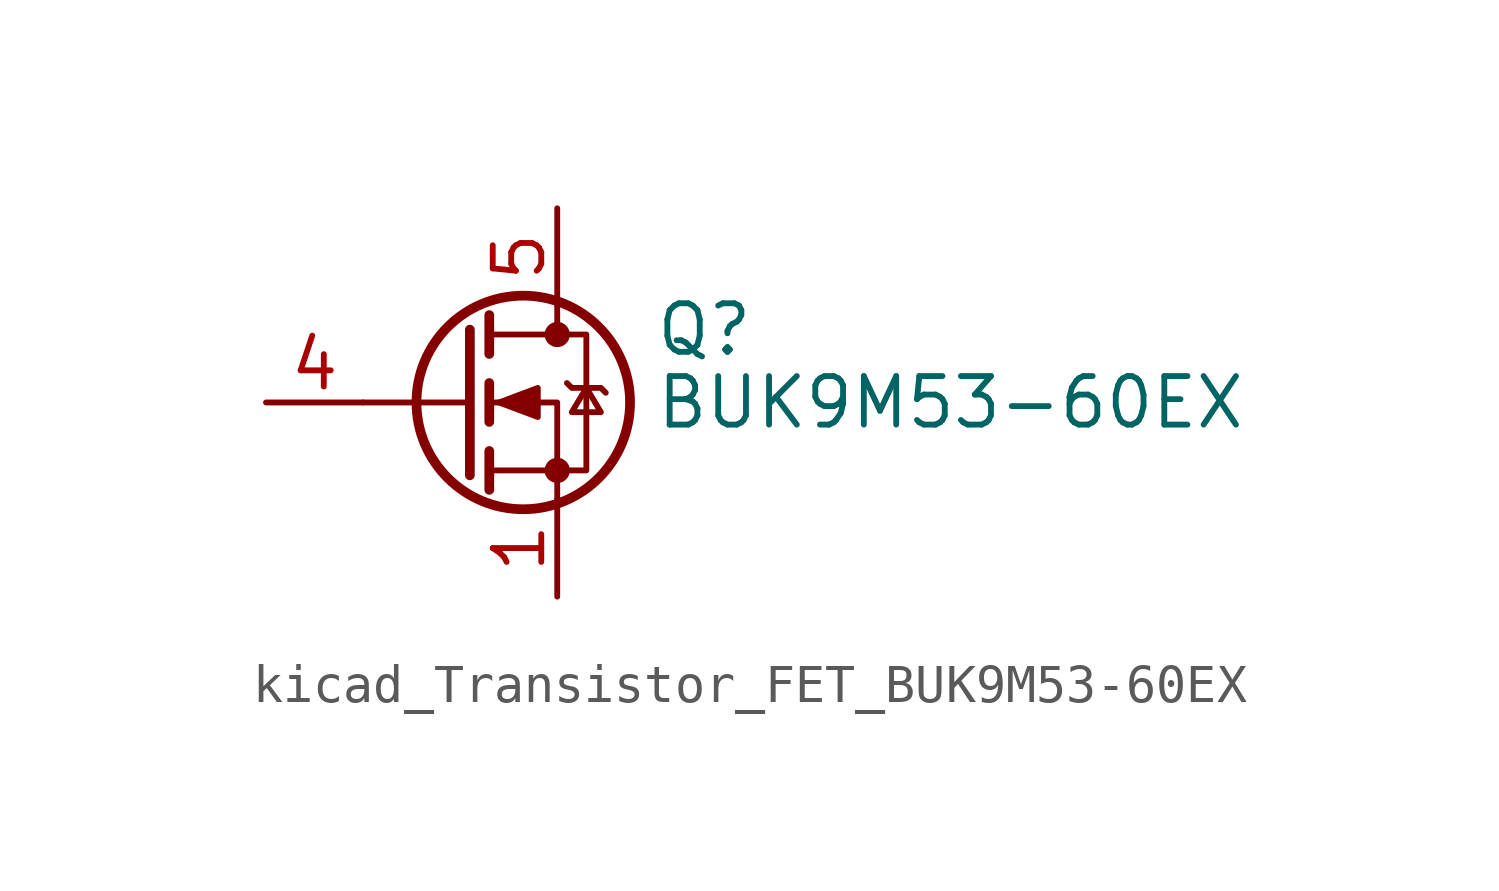
<source format=kicad_sym>
(kicad_symbol_lib
  (version 20220914)
  (generator kicad_symbol_editor)
  (symbol "kicad_Transistor_FET_BUK9M53-60EX"
    (pin_names hide)
    (property "Reference" "Q"
      (at 5.08 1.905 0)
      (effects (font (size 1.27 1.27)) (justify left)))
    (property "Value" "BUK9M53-60EX"
      (at 5.08 0 0)
      (effects (font (size 1.27 1.27)) (justify left)))
    (symbol "kicad_Transistor_FET_BUK9M53-60EX_0_1"
      (polyline (pts (xy 0.254 0) (xy -2.54 0)) (stroke (width 0) (type default)) (fill (type none)))
      (polyline (pts (xy 0.254 1.905) (xy 0.254 -1.905)) (stroke (width 0.254) (type default)) (fill (type none)))
      (polyline (pts (xy 0.762 -1.27) (xy 0.762 -2.286)) (stroke (width 0.254) (type default)) (fill (type none)))
      (polyline (pts (xy 0.762 0.508) (xy 0.762 -0.508)) (stroke (width 0.254) (type default)) (fill (type none)))
      (polyline (pts (xy 0.762 2.286) (xy 0.762 1.27)) (stroke (width 0.254) (type default)) (fill (type none)))
      (polyline (pts (xy 2.54 2.54) (xy 2.54 1.778)) (stroke (width 0) (type default)) (fill (type none)))
      (polyline (pts (xy 2.54 -2.54) (xy 2.54 0) (xy 0.762 0)) (stroke (width 0) (type default)) (fill (type none)))
      (polyline (pts (xy 0.762 -1.778) (xy 3.302 -1.778) (xy 3.302 1.778) (xy 0.762 1.778)) (stroke (width 0) (type default)) (fill (type none)))
      (polyline (pts (xy 1.016 0) (xy 2.032 0.381) (xy 2.032 -0.381) (xy 1.016 0)) (stroke (width 0) (type default)) (fill (type outline)))
      (polyline (pts (xy 2.794 0.508) (xy 2.921 0.381) (xy 3.683 0.381) (xy 3.81 0.254)) (stroke (width 0) (type default)) (fill (type none)))
      (polyline (pts (xy 3.302 0.381) (xy 2.921 -0.254) (xy 3.683 -0.254) (xy 3.302 0.381)) (stroke (width 0) (type default)) (fill (type none)))
      (circle (center 1.651 0) (radius 2.794) (stroke (width 0.254) (type default)) (fill (type none)))
      (circle (center 2.54 -1.778) (radius 0.254) (stroke (width 0) (type default)) (fill (type outline)))
      (circle (center 2.54 1.778) (radius 0.254) (stroke (width 0) (type default)) (fill (type outline))))
    (symbol "kicad_Transistor_FET_BUK9M53-60EX_1_1"
      (pin passive line (at 2.54 -5.08 90) (length 2.54) (name "S" (effects (font (size 1.27 1.27)))) (number "1" (effects (font (size 1.27 1.27)))))
      (pin passive line (at 2.54 -5.08 90) (length 2.54) hide (name "S" (effects (font (size 1.27 1.27)))) (number "2" (effects (font (size 1.27 1.27)))))
      (pin passive line (at 2.54 -5.08 90) (length 2.54) hide (name "S" (effects (font (size 1.27 1.27)))) (number "3" (effects (font (size 1.27 1.27)))))
      (pin passive line (at -5.08 0 0) (length 2.54) (name "G" (effects (font (size 1.27 1.27)))) (number "4" (effects (font (size 1.27 1.27)))))
      (pin passive line (at 2.54 5.08 270) (length 2.54) (name "D" (effects (font (size 1.27 1.27)))) (number "5" (effects (font (size 1.27 1.27))))))))
</source>
